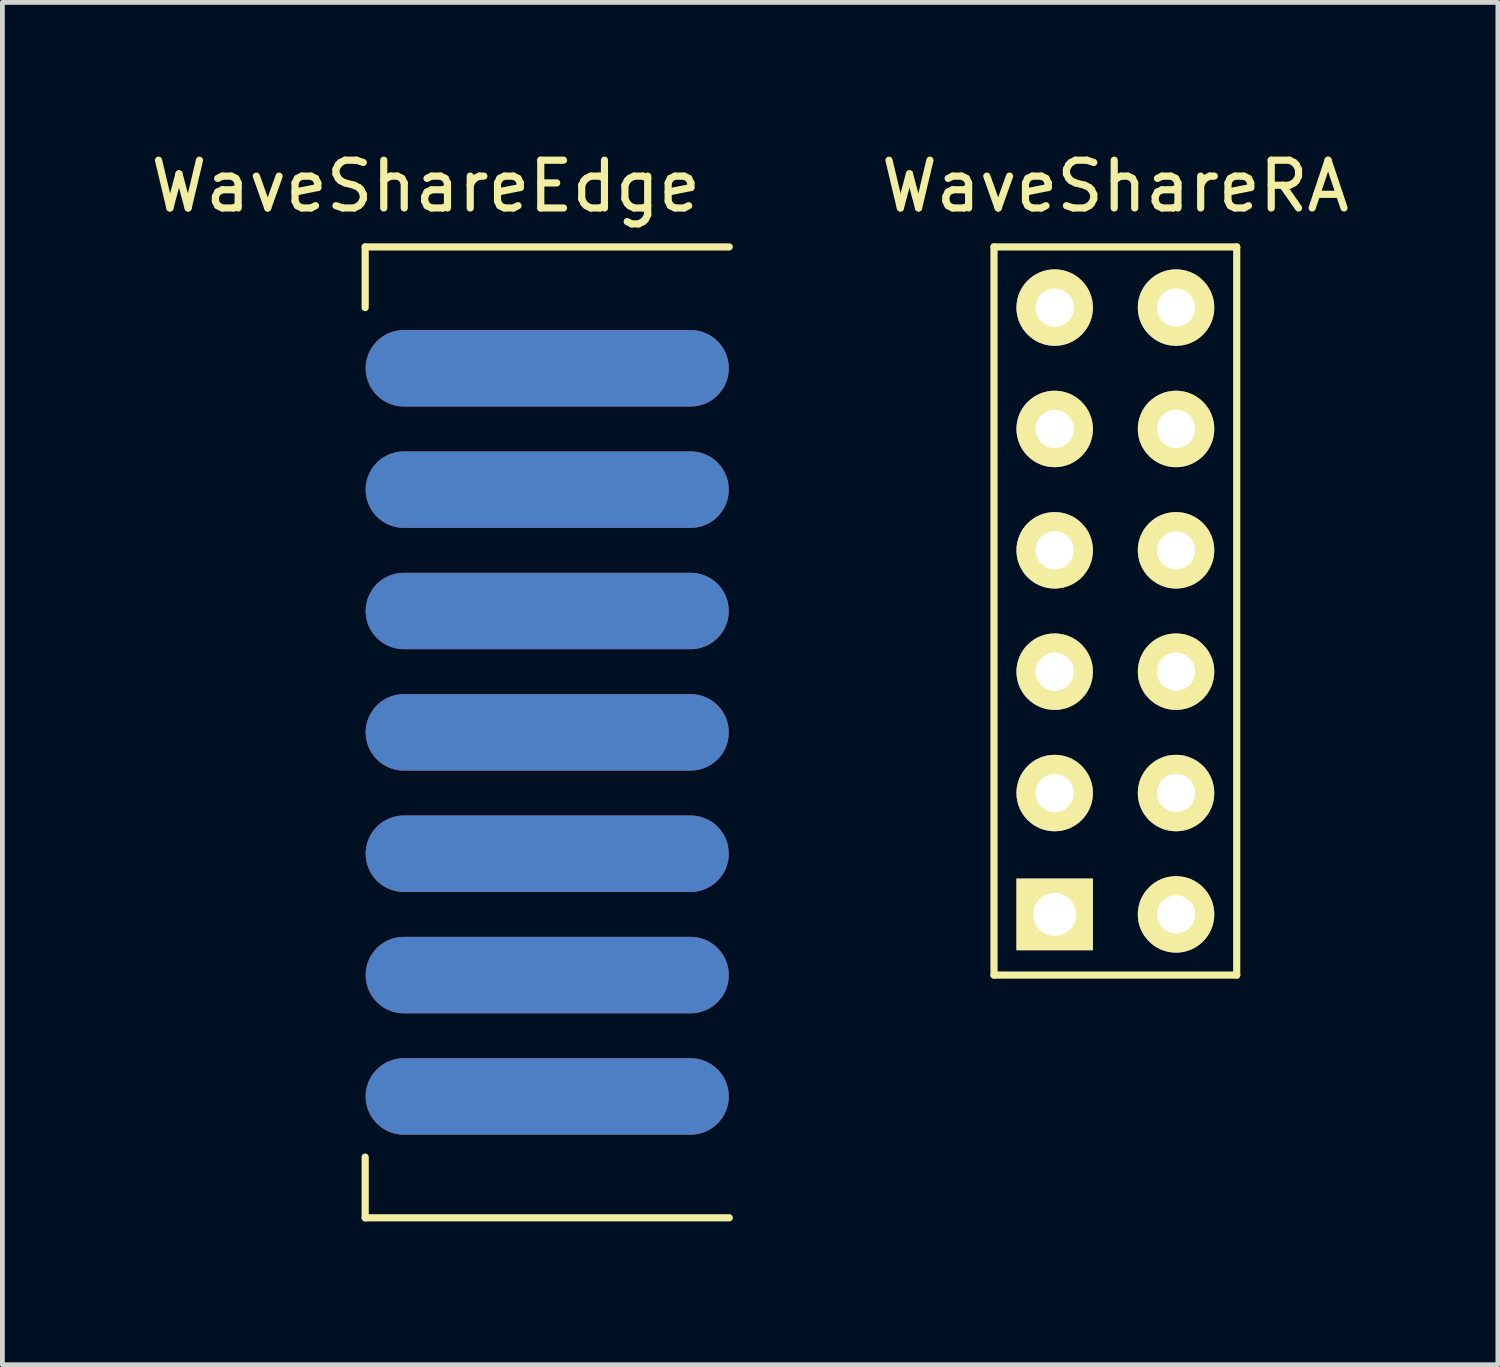
<source format=kicad_pcb>
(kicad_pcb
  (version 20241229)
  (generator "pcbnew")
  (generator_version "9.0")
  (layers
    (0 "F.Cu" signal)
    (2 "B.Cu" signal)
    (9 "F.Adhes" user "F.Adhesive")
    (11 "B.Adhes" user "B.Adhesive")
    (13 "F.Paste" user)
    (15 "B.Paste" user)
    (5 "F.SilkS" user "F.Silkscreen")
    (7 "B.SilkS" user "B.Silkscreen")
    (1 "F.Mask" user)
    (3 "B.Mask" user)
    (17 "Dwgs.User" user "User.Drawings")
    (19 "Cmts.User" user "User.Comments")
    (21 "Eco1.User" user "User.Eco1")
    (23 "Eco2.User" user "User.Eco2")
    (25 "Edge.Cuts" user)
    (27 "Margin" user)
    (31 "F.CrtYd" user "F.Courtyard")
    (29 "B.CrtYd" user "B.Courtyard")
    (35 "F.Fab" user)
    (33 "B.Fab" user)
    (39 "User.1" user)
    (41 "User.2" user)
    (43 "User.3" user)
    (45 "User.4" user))
  (footprint "WaveShareEdge"
    (layer "F.Cu")
    (at 8.403 4.658)
    (property "Reference" "WaveShareEdge" (at -2.54 -3.81 0) (layer "F.SilkS") (effects (font (size 1 1) (thickness 0.15))))
    (attr through_hole)
    (fp_line (start -3.81 -2.54) (end -3.81 -1.27) (stroke (width 0.15) (type solid)) (layer "F.SilkS"))
    (fp_line (start -3.81 16.51) (end -3.81 17.78) (stroke (width 0.15) (type solid)) (layer "F.SilkS"))
    (fp_line (start -3.81 17.78) (end 3.81 17.78) (stroke (width 0.15) (type solid)) (layer "F.SilkS"))
    (fp_line (start 3.81 -2.54) (end -3.81 -2.54) (stroke (width 0.15) (type solid)) (layer "F.SilkS"))
    (pad "1" smd oval (at 0 0) (size 7.6 1.6) (layers "F.Cu" "F.Mask" "F.Paste"))
    (pad "2" smd oval (at 0 0) (size 7.6 1.6) (layers "B.Cu" "B.Mask" "B.Paste"))
    (pad "3" smd oval (at 0 2.54) (size 7.6 1.6) (layers "F.Cu" "F.Mask" "F.Paste"))
    (pad "4" smd oval (at 0 2.54) (size 7.6 1.6) (layers "B.Cu" "B.Mask" "B.Paste"))
    (pad "5" smd oval (at 0 5.08) (size 7.6 1.6) (layers "F.Cu" "F.Mask" "F.Paste"))
    (pad "6" smd oval (at 0 5.08) (size 7.6 1.6) (layers "B.Cu" "B.Mask" "B.Paste"))
    (pad "7" smd oval (at 0 7.62) (size 7.6 1.6) (layers "F.Cu" "F.Mask" "F.Paste"))
    (pad "8" smd oval (at 0 7.62) (size 7.6 1.6) (layers "B.Cu" "B.Mask" "B.Paste"))
    (pad "9" smd oval (at 0 10.16) (size 7.6 1.6) (layers "F.Cu" "F.Mask" "F.Paste"))
    (pad "10" smd oval (at 0 10.16) (size 7.6 1.6) (layers "B.Cu" "B.Mask" "B.Paste"))
    (pad "11" smd oval (at 0 12.7) (size 7.6 1.6) (layers "F.Cu" "F.Mask" "F.Paste"))
    (pad "12" smd oval (at 0 12.7) (size 7.6 1.6) (layers "B.Cu" "B.Mask" "B.Paste"))
    (pad "13" smd oval (at 0 15.24) (size 7.6 1.6) (layers "F.Cu" "F.Mask" "F.Paste"))
    (pad "14" smd oval (at 0 15.24) (size 7.6 1.6) (layers "B.Cu" "B.Mask" "B.Paste")))
  (footprint "WaveShareRA"
    (layer "F.Cu")
    (at 19.024 16.088)
    (property "Reference" "WaveShareRA" (at 1.27 -15.24 0) (layer "F.SilkS") (effects (font (size 1 1) (thickness 0.15))))
    (attr through_hole)
    (fp_line (start -1.27 -13.97) (end -1.27 1.27) (stroke (width 0.15) (type solid)) (layer "F.SilkS"))
    (fp_line (start -1.27 1.27) (end 3.81 1.27) (stroke (width 0.15) (type solid)) (layer "F.SilkS"))
    (fp_line (start 3.81 -13.97) (end -1.27 -13.97) (stroke (width 0.15) (type solid)) (layer "F.SilkS"))
    (fp_line (start 3.81 1.27) (end 3.81 -13.97) (stroke (width 0.15) (type solid)) (layer "F.SilkS"))
    (pad "1" thru_hole rect (at 0 0) (size 1.6 1.5) (drill 0.9) (layers "*.Cu" "*.Mask" "F.SilkS"))
    (pad "2" thru_hole circle (at 2.54 0) (size 1.6 1.6) (drill 0.8) (layers "*.Cu" "*.Mask" "F.SilkS"))
    (pad "3" thru_hole circle (at 0 -2.54) (size 1.6 1.6) (drill 0.8) (layers "*.Cu" "*.Mask" "F.SilkS"))
    (pad "4" thru_hole circle (at 2.54 -2.54) (size 1.6 1.6) (drill 0.8) (layers "*.Cu" "*.Mask" "F.SilkS"))
    (pad "5" thru_hole circle (at 0 -5.08) (size 1.6 1.6) (drill 0.8) (layers "*.Cu" "*.Mask" "F.SilkS"))
    (pad "6" thru_hole circle (at 2.54 -5.08) (size 1.6 1.6) (drill 0.8) (layers "*.Cu" "*.Mask" "F.SilkS"))
    (pad "7" thru_hole circle (at 0 -7.62) (size 1.6 1.6) (drill 0.8) (layers "*.Cu" "*.Mask" "F.SilkS"))
    (pad "8" thru_hole circle (at 2.54 -7.62) (size 1.6 1.6) (drill 0.8) (layers "*.Cu" "*.Mask" "F.SilkS"))
    (pad "9" thru_hole circle (at 0 -10.16) (size 1.6 1.6) (drill 0.8) (layers "*.Cu" "*.Mask" "F.SilkS"))
    (pad "10" thru_hole circle (at 2.54 -10.16) (size 1.6 1.6) (drill 0.8) (layers "*.Cu" "*.Mask" "F.SilkS"))
    (pad "11" thru_hole circle (at 0 -12.7) (size 1.6 1.6) (drill 0.8) (layers "*.Cu" "*.Mask" "F.SilkS"))
    (pad "12" thru_hole circle (at 2.54 -12.7) (size 1.6 1.6) (drill 0.8) (layers "*.Cu" "*.Mask" "F.SilkS")))
  (gr_rect
    (start -3 -3)
    (end 28.3 25.513)
    (stroke (width 0.1) (type default))
    (fill no)
    (layer "Edge.Cuts")))
</source>
